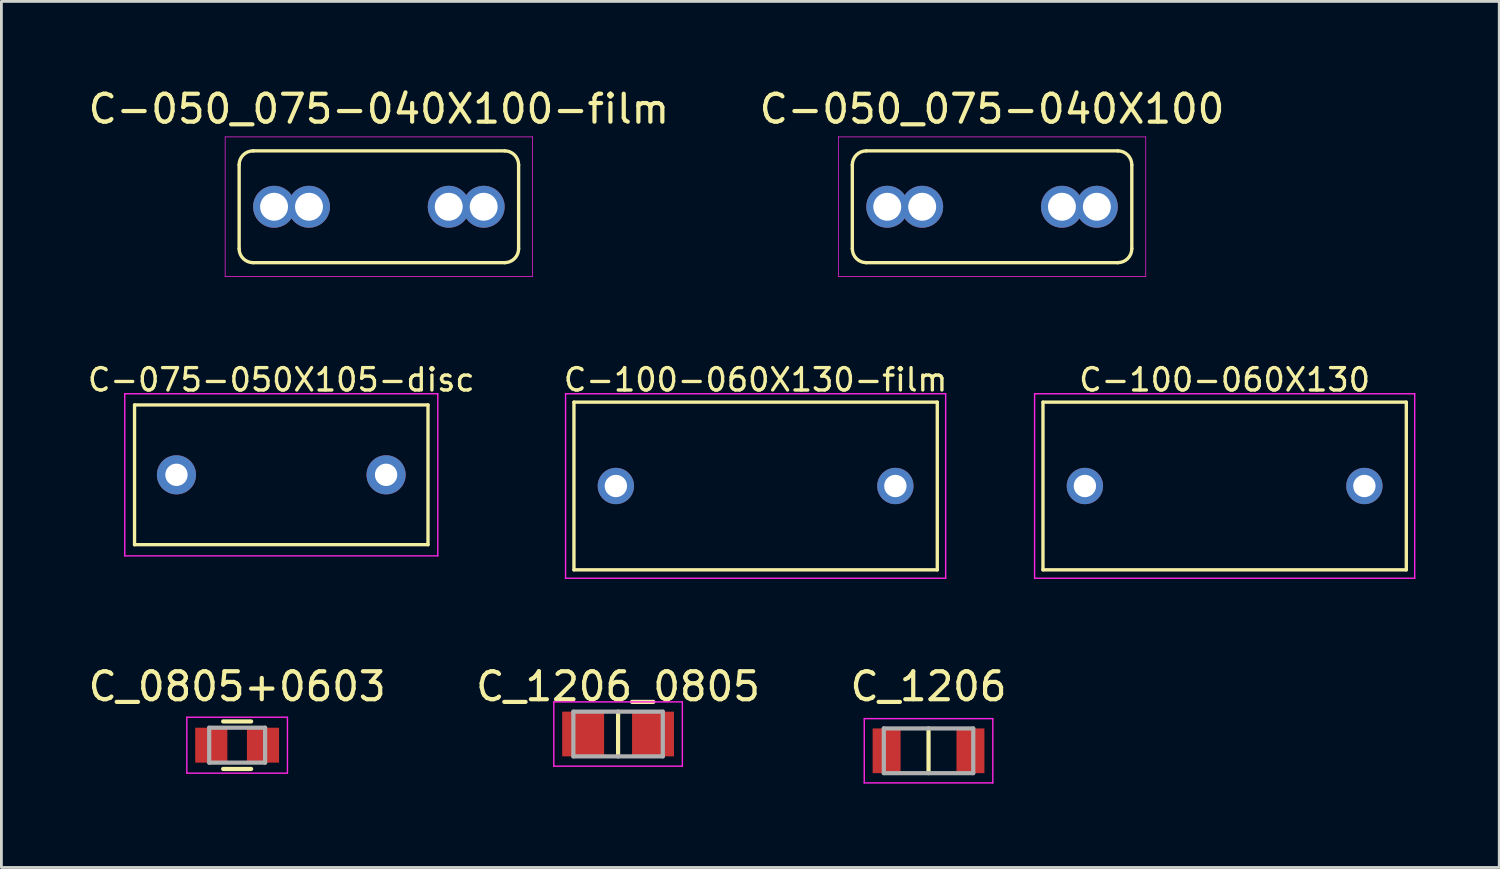
<source format=kicad_pcb>
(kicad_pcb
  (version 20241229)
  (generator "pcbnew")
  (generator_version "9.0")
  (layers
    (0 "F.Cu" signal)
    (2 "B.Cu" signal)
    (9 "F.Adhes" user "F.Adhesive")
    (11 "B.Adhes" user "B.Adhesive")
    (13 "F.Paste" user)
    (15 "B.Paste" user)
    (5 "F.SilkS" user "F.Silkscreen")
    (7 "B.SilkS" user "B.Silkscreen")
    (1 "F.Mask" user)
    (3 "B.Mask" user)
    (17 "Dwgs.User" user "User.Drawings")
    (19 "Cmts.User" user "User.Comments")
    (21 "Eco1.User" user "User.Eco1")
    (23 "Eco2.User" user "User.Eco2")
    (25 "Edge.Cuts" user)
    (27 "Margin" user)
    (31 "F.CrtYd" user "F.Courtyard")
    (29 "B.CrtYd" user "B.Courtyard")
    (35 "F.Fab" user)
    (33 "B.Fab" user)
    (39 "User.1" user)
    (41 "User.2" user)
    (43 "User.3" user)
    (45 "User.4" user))
  (footprint "C_1206_0805"
    (layer "F.Cu")
    (at 19.065 23.213)
    (property "Reference" "C_1206_0805" (at 0 -1.7 0) (layer "F.SilkS") (effects (font (size 1 1) (thickness 0.15))))
    (attr smd)
    (fp_line (start 0 -0.8) (end 0 0.8) (stroke (width 0.15) (type solid)) (layer "F.SilkS"))
    (fp_line (start -2.3 -1.15) (end -2.3 1.15) (stroke (width 0.05) (type solid)) (layer "F.CrtYd"))
    (fp_line (start -2.3 -1.15) (end 2.3 -1.15) (stroke (width 0.05) (type solid)) (layer "F.CrtYd"))
    (fp_line (start -2.3 1.15) (end 2.3 1.15) (stroke (width 0.05) (type solid)) (layer "F.CrtYd"))
    (fp_line (start 2.3 -1.15) (end 2.3 1.15) (stroke (width 0.05) (type solid)) (layer "F.CrtYd"))
    (fp_line (start -1.6 -0.8) (end 1.6 -0.8) (stroke (width 0.15) (type solid)) (layer "F.Fab"))
    (fp_line (start -1.6 0.8) (end -1.6 -0.8) (stroke (width 0.15) (type solid)) (layer "F.Fab"))
    (fp_line (start 1.6 -0.8) (end 1.6 0.8) (stroke (width 0.15) (type solid)) (layer "F.Fab"))
    (fp_line (start 1.6 0.8) (end -1.6 0.8) (stroke (width 0.15) (type solid)) (layer "F.Fab"))
    (pad "1" smd rect (at -1.25 0) (size 1.5 1.6) (layers "F.Cu" "F.Mask" "F.Paste"))
    (pad "2" smd rect (at 1.25 0) (size 1.5 1.6) (layers "F.Cu" "F.Mask" "F.Paste")))
  (footprint "C-050_075-040X100-film"
    (layer "F.Cu")
    (at 10.506 4.348)
    (property "Reference" "C-050_075-040X100-film" (at 0 -3.5 0) (layer "F.SilkS") (effects (font (size 1 1) (thickness 0.15))))
    (attr through_hole)
    (fp_line (start -5 -1.5) (end -5 1.5) (stroke (width 0.12) (type solid)) (layer "F.SilkS"))
    (fp_line (start -4.5 2) (end 4.5 2) (stroke (width 0.12) (type solid)) (layer "F.SilkS"))
    (fp_line (start 4.5 -2) (end -4.5 -2) (stroke (width 0.12) (type solid)) (layer "F.SilkS"))
    (fp_line (start 5 1.5) (end 5 -1.5) (stroke (width 0.12) (type solid)) (layer "F.SilkS"))
    (fp_arc (start -5 -1.5) (mid -4.853553 -1.853553) (end -4.5 -2) (stroke (width 0.12) (type solid)) (layer "F.SilkS"))
    (fp_arc (start -4.5 2) (mid -4.853553 1.853553) (end -5 1.5) (stroke (width 0.12) (type solid)) (layer "F.SilkS"))
    (fp_arc (start 4.5 -2) (mid 4.853553 -1.853553) (end 5 -1.5) (stroke (width 0.12) (type solid)) (layer "F.SilkS"))
    (fp_arc (start 5 1.5) (mid 4.853553 1.853553) (end 4.5 2) (stroke (width 0.12) (type solid)) (layer "F.SilkS"))
    (fp_line (start -5.5 -2.5) (end -5.5 2.5) (stroke (width 0.025) (type solid)) (layer "F.CrtYd"))
    (fp_line (start -5.5 2.5) (end 5.5 2.5) (stroke (width 0.025) (type solid)) (layer "F.CrtYd"))
    (fp_line (start 5.5 -2.5) (end -5.5 -2.5) (stroke (width 0.025) (type solid)) (layer "F.CrtYd"))
    (fp_line (start 5.5 2.5) (end 5.5 -2.5) (stroke (width 0.025) (type solid)) (layer "F.CrtYd"))
    (pad "1" thru_hole circle (at -3.75 0) (size 1.5 1.5) (drill 1) (layers "*.Cu" "*.Mask"))
    (pad "1" thru_hole circle (at -2.5 0) (size 1.5 1.5) (drill 1) (layers "*.Cu" "*.Mask"))
    (pad "2" thru_hole circle (at 2.5 0) (size 1.5 1.5) (drill 1) (layers "*.Cu" "*.Mask"))
    (pad "2" thru_hole circle (at 3.75 0) (size 1.5 1.5) (drill 1) (layers "*.Cu" "*.Mask")))
  (footprint "C-100-060X130"
    (layer "F.Cu")
    (at 40.768 14.339)
    (property "Reference" "C-100-060X130" (at 0 -3.8 0) (layer "F.SilkS") (effects (font (size 0.8 0.8) (thickness 0.12))))
    (attr through_hole)
    (fp_line (start -6.5 -3) (end 6.5 -3) (stroke (width 0.12) (type solid)) (layer "F.SilkS"))
    (fp_line (start -6.5 3) (end -6.5 -3) (stroke (width 0.12) (type solid)) (layer "F.SilkS"))
    (fp_line (start 6.5 -3) (end 6.5 3) (stroke (width 0.12) (type solid)) (layer "F.SilkS"))
    (fp_line (start 6.5 3) (end -6.5 3) (stroke (width 0.12) (type solid)) (layer "F.SilkS"))
    (fp_line (start -6.8 -3.3) (end 6.8 -3.3) (stroke (width 0.05) (type solid)) (layer "F.CrtYd"))
    (fp_line (start -6.8 3.3) (end -6.8 -3.3) (stroke (width 0.05) (type solid)) (layer "F.CrtYd"))
    (fp_line (start 6.8 -3.3) (end 6.8 3.3) (stroke (width 0.05) (type solid)) (layer "F.CrtYd"))
    (fp_line (start 6.8 3.3) (end -6.8 3.3) (stroke (width 0.05) (type solid)) (layer "F.CrtYd"))
    (pad "1" thru_hole circle (at -5 0) (size 1.3 1.3) (drill 0.8) (layers "*.Cu" "*.Mask"))
    (pad "2" thru_hole circle (at 5 0) (size 1.3 1.3) (drill 0.8) (layers "*.Cu" "*.Mask")))
  (footprint "C-050_075-040X100"
    (layer "F.Cu")
    (at 32.446 4.348)
    (property "Reference" "C-050_075-040X100" (at 0 -3.5 0) (layer "F.SilkS") (effects (font (size 1 1) (thickness 0.15))))
    (attr through_hole)
    (fp_line (start -5 -1.5) (end -5 1.5) (stroke (width 0.12) (type solid)) (layer "F.SilkS"))
    (fp_line (start -4.5 2) (end 4.5 2) (stroke (width 0.12) (type solid)) (layer "F.SilkS"))
    (fp_line (start 4.5 -2) (end -4.5 -2) (stroke (width 0.12) (type solid)) (layer "F.SilkS"))
    (fp_line (start 5 1.5) (end 5 -1.5) (stroke (width 0.12) (type solid)) (layer "F.SilkS"))
    (fp_arc (start -5 -1.5) (mid -4.853553 -1.853553) (end -4.5 -2) (stroke (width 0.12) (type solid)) (layer "F.SilkS"))
    (fp_arc (start -4.5 2) (mid -4.853553 1.853553) (end -5 1.5) (stroke (width 0.12) (type solid)) (layer "F.SilkS"))
    (fp_arc (start 4.5 -2) (mid 4.853553 -1.853553) (end 5 -1.5) (stroke (width 0.12) (type solid)) (layer "F.SilkS"))
    (fp_arc (start 5 1.5) (mid 4.853553 1.853553) (end 4.5 2) (stroke (width 0.12) (type solid)) (layer "F.SilkS"))
    (fp_line (start -5.5 -2.5) (end -5.5 2.5) (stroke (width 0.025) (type solid)) (layer "F.CrtYd"))
    (fp_line (start -5.5 2.5) (end 5.5 2.5) (stroke (width 0.025) (type solid)) (layer "F.CrtYd"))
    (fp_line (start 5.5 -2.5) (end -5.5 -2.5) (stroke (width 0.025) (type solid)) (layer "F.CrtYd"))
    (fp_line (start 5.5 2.5) (end 5.5 -2.5) (stroke (width 0.025) (type solid)) (layer "F.CrtYd"))
    (pad "1" thru_hole circle (at -3.75 0) (size 1.5 1.5) (drill 1) (layers "*.Cu" "*.Mask"))
    (pad "1" thru_hole circle (at -2.5 0) (size 1.5 1.5) (drill 1) (layers "*.Cu" "*.Mask"))
    (pad "2" thru_hole circle (at 2.5 0) (size 1.5 1.5) (drill 1) (layers "*.Cu" "*.Mask"))
    (pad "2" thru_hole circle (at 3.75 0) (size 1.5 1.5) (drill 1) (layers "*.Cu" "*.Mask")))
  (footprint "C-075-050X105-disc"
    (layer "F.Cu")
    (at 7.014 13.939)
    (property "Reference" "C-075-050X105-disc" (at 0 -3.4 0) (layer "F.SilkS") (effects (font (size 0.8 0.8) (thickness 0.12))))
    (attr through_hole)
    (fp_line (start -5.25 -2.5) (end 5.25 -2.5) (stroke (width 0.12) (type solid)) (layer "F.SilkS"))
    (fp_line (start -5.25 2.5) (end -5.25 -2.5) (stroke (width 0.12) (type solid)) (layer "F.SilkS"))
    (fp_line (start 5.25 -2.5) (end 5.25 2.5) (stroke (width 0.12) (type solid)) (layer "F.SilkS"))
    (fp_line (start 5.25 2.5) (end -5.25 2.5) (stroke (width 0.12) (type solid)) (layer "F.SilkS"))
    (fp_line (start -5.6 -2.9) (end 5.6 -2.9) (stroke (width 0.05) (type solid)) (layer "F.CrtYd"))
    (fp_line (start -5.6 2.9) (end -5.6 -2.9) (stroke (width 0.05) (type solid)) (layer "F.CrtYd"))
    (fp_line (start 5.6 -2.9) (end 5.6 2.9) (stroke (width 0.05) (type solid)) (layer "F.CrtYd"))
    (fp_line (start 5.6 2.9) (end -5.6 2.9) (stroke (width 0.05) (type solid)) (layer "F.CrtYd"))
    (pad "1" thru_hole circle (at -3.75 0) (size 1.4 1.4) (drill 0.8) (layers "*.Cu" "*.Mask"))
    (pad "2" thru_hole circle (at 3.75 0) (size 1.4 1.4) (drill 0.8) (layers "*.Cu" "*.Mask")))
  (footprint "C_1206"
    (layer "F.Cu")
    (at 30.173 23.813)
    (property "Reference" "C_1206" (at 0 -2.3 0) (layer "F.SilkS") (effects (font (size 1 1) (thickness 0.15))))
    (attr smd)
    (fp_line (start 0 -0.8) (end 0 0.8) (stroke (width 0.15) (type solid)) (layer "F.SilkS"))
    (fp_line (start -2.3 -1.15) (end -2.3 1.15) (stroke (width 0.05) (type solid)) (layer "F.CrtYd"))
    (fp_line (start -2.3 -1.15) (end 2.3 -1.15) (stroke (width 0.05) (type solid)) (layer "F.CrtYd"))
    (fp_line (start -2.3 1.15) (end 2.3 1.15) (stroke (width 0.05) (type solid)) (layer "F.CrtYd"))
    (fp_line (start 2.3 -1.15) (end 2.3 1.15) (stroke (width 0.05) (type solid)) (layer "F.CrtYd"))
    (fp_line (start -1.6 -0.8) (end 1.6 -0.8) (stroke (width 0.15) (type solid)) (layer "F.Fab"))
    (fp_line (start -1.6 0.8) (end -1.6 -0.8) (stroke (width 0.15) (type solid)) (layer "F.Fab"))
    (fp_line (start 1.6 -0.8) (end 1.6 0.8) (stroke (width 0.15) (type solid)) (layer "F.Fab"))
    (fp_line (start 1.6 0.8) (end -1.6 0.8) (stroke (width 0.15) (type solid)) (layer "F.Fab"))
    (pad "1" smd rect (at -1.5 0) (size 1 1.6) (layers "F.Cu" "F.Mask" "F.Paste"))
    (pad "2" smd rect (at 1.5 0) (size 1 1.6) (layers "F.Cu" "F.Mask" "F.Paste")))
  (footprint "C_0805+0603"
    (layer "F.Cu")
    (at 5.435 23.613)
    (property "Reference" "C_0805+0603" (at 0 -2.1 0) (layer "F.SilkS") (effects (font (size 1 1) (thickness 0.15))))
    (attr smd)
    (fp_line (start -0.5 0.85) (end 0.5 0.85) (stroke (width 0.15) (type solid)) (layer "F.SilkS"))
    (fp_line (start 0.5 -0.85) (end -0.5 -0.85) (stroke (width 0.15) (type solid)) (layer "F.SilkS"))
    (fp_line (start -1.8 -1) (end -1.8 1) (stroke (width 0.05) (type solid)) (layer "F.CrtYd"))
    (fp_line (start -1.8 -1) (end 1.8 -1) (stroke (width 0.05) (type solid)) (layer "F.CrtYd"))
    (fp_line (start -1.8 1) (end 1.8 1) (stroke (width 0.05) (type solid)) (layer "F.CrtYd"))
    (fp_line (start 1.8 -1) (end 1.8 1) (stroke (width 0.05) (type solid)) (layer "F.CrtYd"))
    (fp_line (start -1 -0.625) (end 1 -0.625) (stroke (width 0.15) (type solid)) (layer "F.Fab"))
    (fp_line (start -1 0.625) (end -1 -0.625) (stroke (width 0.15) (type solid)) (layer "F.Fab"))
    (fp_line (start 1 -0.625) (end 1 0.625) (stroke (width 0.15) (type solid)) (layer "F.Fab"))
    (fp_line (start 1 0.625) (end -1 0.625) (stroke (width 0.15) (type solid)) (layer "F.Fab"))
    (pad "1" smd rect (at -0.925 0) (size 1.15 1.25) (layers "F.Cu" "F.Mask" "F.Paste"))
    (pad "2" smd rect (at 0.925 0) (size 1.15 1.25) (layers "F.Cu" "F.Mask" "F.Paste")))
  (footprint "C-100-060X130-film"
    (layer "F.Cu")
    (at 23.986 14.339)
    (property "Reference" "C-100-060X130-film" (at 0 -3.8 0) (layer "F.SilkS") (effects (font (size 0.8 0.8) (thickness 0.12))))
    (attr through_hole)
    (fp_line (start -6.5 -3) (end 6.5 -3) (stroke (width 0.12) (type solid)) (layer "F.SilkS"))
    (fp_line (start -6.5 3) (end -6.5 -3) (stroke (width 0.12) (type solid)) (layer "F.SilkS"))
    (fp_line (start 6.5 -3) (end 6.5 3) (stroke (width 0.12) (type solid)) (layer "F.SilkS"))
    (fp_line (start 6.5 3) (end -6.5 3) (stroke (width 0.12) (type solid)) (layer "F.SilkS"))
    (fp_line (start -6.8 -3.3) (end 6.8 -3.3) (stroke (width 0.05) (type solid)) (layer "F.CrtYd"))
    (fp_line (start -6.8 3.3) (end -6.8 -3.3) (stroke (width 0.05) (type solid)) (layer "F.CrtYd"))
    (fp_line (start 6.8 -3.3) (end 6.8 3.3) (stroke (width 0.05) (type solid)) (layer "F.CrtYd"))
    (fp_line (start 6.8 3.3) (end -6.8 3.3) (stroke (width 0.05) (type solid)) (layer "F.CrtYd"))
    (pad "1" thru_hole circle (at -5 0) (size 1.3 1.3) (drill 0.8) (layers "*.Cu" "*.Mask"))
    (pad "2" thru_hole circle (at 5 0) (size 1.3 1.3) (drill 0.8) (layers "*.Cu" "*.Mask")))
  (gr_rect
    (start -3 -3)
    (end 50.593 27.988)
    (stroke (width 0.1) (type default))
    (fill no)
    (layer "Edge.Cuts")))
</source>
